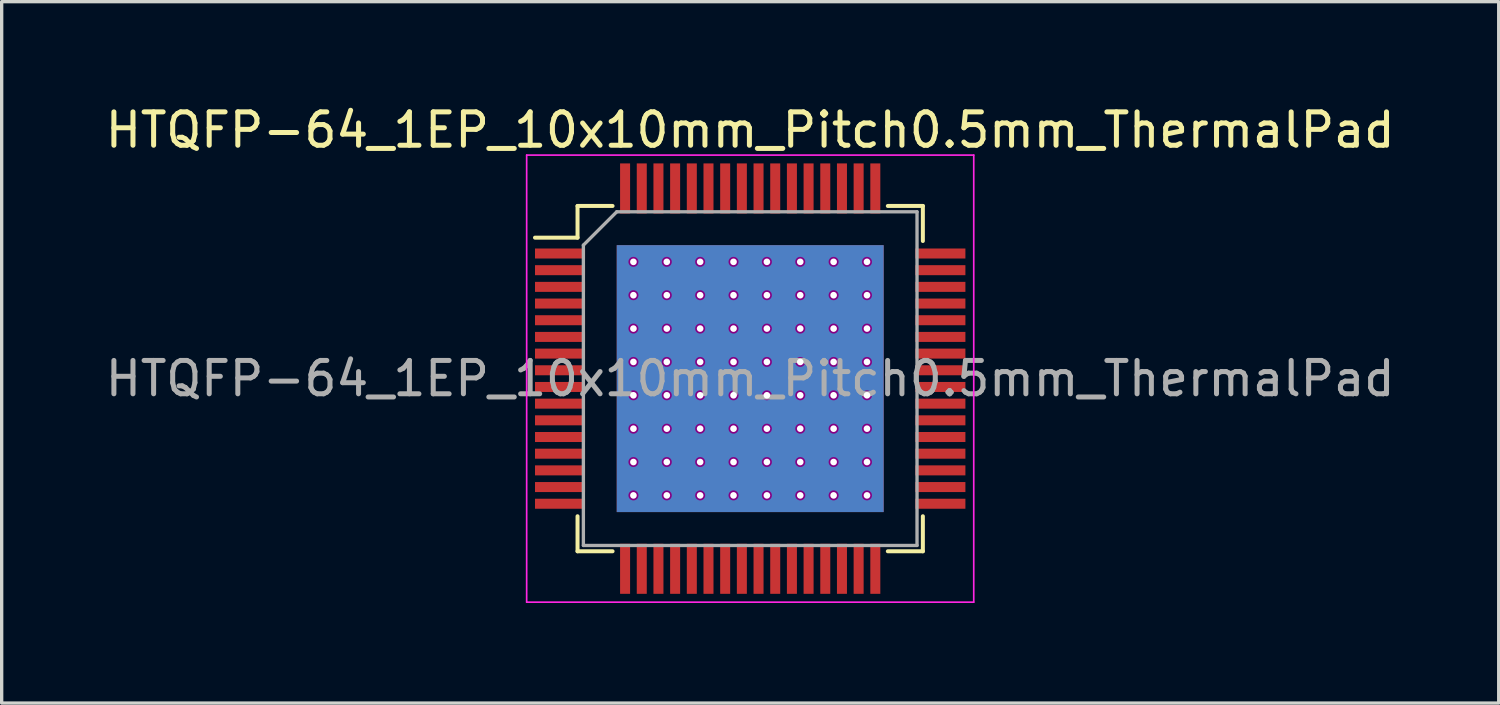
<source format=kicad_pcb>
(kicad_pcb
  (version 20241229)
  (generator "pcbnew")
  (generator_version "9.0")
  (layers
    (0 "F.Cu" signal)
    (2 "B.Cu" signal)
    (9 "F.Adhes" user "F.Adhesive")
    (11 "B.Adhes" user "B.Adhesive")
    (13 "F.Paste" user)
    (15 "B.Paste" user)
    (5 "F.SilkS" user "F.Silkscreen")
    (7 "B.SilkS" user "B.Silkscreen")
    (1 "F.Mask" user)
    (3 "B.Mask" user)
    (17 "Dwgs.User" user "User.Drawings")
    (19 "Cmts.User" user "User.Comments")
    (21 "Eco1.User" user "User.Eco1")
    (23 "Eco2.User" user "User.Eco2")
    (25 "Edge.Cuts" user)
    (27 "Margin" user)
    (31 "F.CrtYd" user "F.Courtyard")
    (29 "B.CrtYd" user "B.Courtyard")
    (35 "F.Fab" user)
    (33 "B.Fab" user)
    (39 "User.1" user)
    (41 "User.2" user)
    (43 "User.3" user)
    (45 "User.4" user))
  (footprint "HTQFP-64_1EP_10x10mm_Pitch0.5mm_ThermalPad"
    (layer "F.Cu")
    (at 19.435 8.298)
    (property "Reference" "HTQFP-64_1EP_10x10mm_Pitch0.5mm_ThermalPad" (at 0 -7.45 0) (layer "F.SilkS") (effects (font (size 1 1) (thickness 0.15))))
    (attr smd)
    (fp_line (start -5.175 -5.175) (end -5.175 -4.225) (stroke (width 0.12) (type solid)) (layer "F.SilkS"))
    (fp_line (start -5.175 -5.175) (end -4.125 -5.175) (stroke (width 0.12) (type solid)) (layer "F.SilkS"))
    (fp_line (start -5.175 -4.225) (end -6.45 -4.225) (stroke (width 0.12) (type solid)) (layer "F.SilkS"))
    (fp_line (start -5.175 5.175) (end -5.175 4.125) (stroke (width 0.12) (type solid)) (layer "F.SilkS"))
    (fp_line (start -5.175 5.175) (end -4.125 5.175) (stroke (width 0.12) (type solid)) (layer "F.SilkS"))
    (fp_line (start 5.175 -5.175) (end 4.125 -5.175) (stroke (width 0.12) (type solid)) (layer "F.SilkS"))
    (fp_line (start 5.175 -5.175) (end 5.175 -4.125) (stroke (width 0.12) (type solid)) (layer "F.SilkS"))
    (fp_line (start 5.175 5.175) (end 4.125 5.175) (stroke (width 0.12) (type solid)) (layer "F.SilkS"))
    (fp_line (start 5.175 5.175) (end 5.175 4.125) (stroke (width 0.12) (type solid)) (layer "F.SilkS"))
    (fp_line (start -6.7 -6.7) (end -6.7 6.7) (stroke (width 0.05) (type solid)) (layer "F.CrtYd"))
    (fp_line (start -6.7 -6.7) (end 6.7 -6.7) (stroke (width 0.05) (type solid)) (layer "F.CrtYd"))
    (fp_line (start -6.7 6.7) (end 6.7 6.7) (stroke (width 0.05) (type solid)) (layer "F.CrtYd"))
    (fp_line (start 6.7 -6.7) (end 6.7 6.7) (stroke (width 0.05) (type solid)) (layer "F.CrtYd"))
    (fp_line (start -5 -4) (end -4 -5) (stroke (width 0.1) (type solid)) (layer "F.Fab"))
    (fp_line (start -5 5) (end -5 -4) (stroke (width 0.1) (type solid)) (layer "F.Fab"))
    (fp_line (start -4 -5) (end 5 -5) (stroke (width 0.1) (type solid)) (layer "F.Fab"))
    (fp_line (start 5 -5) (end 5 5) (stroke (width 0.1) (type solid)) (layer "F.Fab"))
    (fp_line (start 5 5) (end -5 5) (stroke (width 0.1) (type solid)) (layer "F.Fab"))
    (fp_text user "${REFERENCE}" (at 0 0 0) (layer "F.Fab") (effects (font (size 1 1) (thickness 0.15))))
    (pad "1" smd rect (at -5.7 -3.75) (size 1.5 0.3) (layers "F.Cu" "F.Mask" "F.Paste"))
    (pad "2" smd rect (at -5.7 -3.25) (size 1.5 0.3) (layers "F.Cu" "F.Mask" "F.Paste"))
    (pad "3" smd rect (at -5.7 -2.75) (size 1.5 0.3) (layers "F.Cu" "F.Mask" "F.Paste"))
    (pad "4" smd rect (at -5.7 -2.25) (size 1.5 0.3) (layers "F.Cu" "F.Mask" "F.Paste"))
    (pad "5" smd rect (at -5.7 -1.75) (size 1.5 0.3) (layers "F.Cu" "F.Mask" "F.Paste"))
    (pad "6" smd rect (at -5.7 -1.25) (size 1.5 0.3) (layers "F.Cu" "F.Mask" "F.Paste"))
    (pad "7" smd rect (at -5.7 -0.75) (size 1.5 0.3) (layers "F.Cu" "F.Mask" "F.Paste"))
    (pad "8" smd rect (at -5.7 -0.25) (size 1.5 0.3) (layers "F.Cu" "F.Mask" "F.Paste"))
    (pad "9" smd rect (at -5.7 0.25) (size 1.5 0.3) (layers "F.Cu" "F.Mask" "F.Paste"))
    (pad "10" smd rect (at -5.7 0.75) (size 1.5 0.3) (layers "F.Cu" "F.Mask" "F.Paste"))
    (pad "11" smd rect (at -5.7 1.25) (size 1.5 0.3) (layers "F.Cu" "F.Mask" "F.Paste"))
    (pad "12" smd rect (at -5.7 1.75) (size 1.5 0.3) (layers "F.Cu" "F.Mask" "F.Paste"))
    (pad "13" smd rect (at -5.7 2.25) (size 1.5 0.3) (layers "F.Cu" "F.Mask" "F.Paste"))
    (pad "14" smd rect (at -5.7 2.75) (size 1.5 0.3) (layers "F.Cu" "F.Mask" "F.Paste"))
    (pad "15" smd rect (at -5.7 3.25) (size 1.5 0.3) (layers "F.Cu" "F.Mask" "F.Paste"))
    (pad "16" smd rect (at -5.7 3.75) (size 1.5 0.3) (layers "F.Cu" "F.Mask" "F.Paste"))
    (pad "17" smd rect (at -3.75 5.7 90) (size 1.5 0.3) (layers "F.Cu" "F.Mask" "F.Paste"))
    (pad "18" smd rect (at -3.25 5.7 90) (size 1.5 0.3) (layers "F.Cu" "F.Mask" "F.Paste"))
    (pad "19" smd rect (at -2.75 5.7 90) (size 1.5 0.3) (layers "F.Cu" "F.Mask" "F.Paste"))
    (pad "20" smd rect (at -2.25 5.7 90) (size 1.5 0.3) (layers "F.Cu" "F.Mask" "F.Paste"))
    (pad "21" smd rect (at -1.75 5.7 90) (size 1.5 0.3) (layers "F.Cu" "F.Mask" "F.Paste"))
    (pad "22" smd rect (at -1.25 5.7 90) (size 1.5 0.3) (layers "F.Cu" "F.Mask" "F.Paste"))
    (pad "23" smd rect (at -0.75 5.7 90) (size 1.5 0.3) (layers "F.Cu" "F.Mask" "F.Paste"))
    (pad "24" smd rect (at -0.25 5.7 90) (size 1.5 0.3) (layers "F.Cu" "F.Mask" "F.Paste"))
    (pad "25" smd rect (at 0.25 5.7 90) (size 1.5 0.3) (layers "F.Cu" "F.Mask" "F.Paste"))
    (pad "26" smd rect (at 0.75 5.7 90) (size 1.5 0.3) (layers "F.Cu" "F.Mask" "F.Paste"))
    (pad "27" smd rect (at 1.25 5.7 90) (size 1.5 0.3) (layers "F.Cu" "F.Mask" "F.Paste"))
    (pad "28" smd rect (at 1.75 5.7 90) (size 1.5 0.3) (layers "F.Cu" "F.Mask" "F.Paste"))
    (pad "29" smd rect (at 2.25 5.7 90) (size 1.5 0.3) (layers "F.Cu" "F.Mask" "F.Paste"))
    (pad "30" smd rect (at 2.75 5.7 90) (size 1.5 0.3) (layers "F.Cu" "F.Mask" "F.Paste"))
    (pad "31" smd rect (at 3.25 5.7 90) (size 1.5 0.3) (layers "F.Cu" "F.Mask" "F.Paste"))
    (pad "32" smd rect (at 3.75 5.7 90) (size 1.5 0.3) (layers "F.Cu" "F.Mask" "F.Paste"))
    (pad "33" smd rect (at 5.7 3.75) (size 1.5 0.3) (layers "F.Cu" "F.Mask" "F.Paste"))
    (pad "34" smd rect (at 5.7 3.25) (size 1.5 0.3) (layers "F.Cu" "F.Mask" "F.Paste"))
    (pad "35" smd rect (at 5.7 2.75) (size 1.5 0.3) (layers "F.Cu" "F.Mask" "F.Paste"))
    (pad "36" smd rect (at 5.7 2.25) (size 1.5 0.3) (layers "F.Cu" "F.Mask" "F.Paste"))
    (pad "37" smd rect (at 5.7 1.75) (size 1.5 0.3) (layers "F.Cu" "F.Mask" "F.Paste"))
    (pad "38" smd rect (at 5.7 1.25) (size 1.5 0.3) (layers "F.Cu" "F.Mask" "F.Paste"))
    (pad "39" smd rect (at 5.7 0.75) (size 1.5 0.3) (layers "F.Cu" "F.Mask" "F.Paste"))
    (pad "40" smd rect (at 5.7 0.25) (size 1.5 0.3) (layers "F.Cu" "F.Mask" "F.Paste"))
    (pad "41" smd rect (at 5.7 -0.25) (size 1.5 0.3) (layers "F.Cu" "F.Mask" "F.Paste"))
    (pad "42" smd rect (at 5.7 -0.75) (size 1.5 0.3) (layers "F.Cu" "F.Mask" "F.Paste"))
    (pad "43" smd rect (at 5.7 -1.25) (size 1.5 0.3) (layers "F.Cu" "F.Mask" "F.Paste"))
    (pad "44" smd rect (at 5.7 -1.75) (size 1.5 0.3) (layers "F.Cu" "F.Mask" "F.Paste"))
    (pad "45" smd rect (at 5.7 -2.25) (size 1.5 0.3) (layers "F.Cu" "F.Mask" "F.Paste"))
    (pad "46" smd rect (at 5.7 -2.75) (size 1.5 0.3) (layers "F.Cu" "F.Mask" "F.Paste"))
    (pad "47" smd rect (at 5.7 -3.25) (size 1.5 0.3) (layers "F.Cu" "F.Mask" "F.Paste"))
    (pad "48" smd rect (at 5.7 -3.75) (size 1.5 0.3) (layers "F.Cu" "F.Mask" "F.Paste"))
    (pad "49" smd rect (at 3.75 -5.7 90) (size 1.5 0.3) (layers "F.Cu" "F.Mask" "F.Paste"))
    (pad "50" smd rect (at 3.25 -5.7 90) (size 1.5 0.3) (layers "F.Cu" "F.Mask" "F.Paste"))
    (pad "51" smd rect (at 2.75 -5.7 90) (size 1.5 0.3) (layers "F.Cu" "F.Mask" "F.Paste"))
    (pad "52" smd rect (at 2.25 -5.7 90) (size 1.5 0.3) (layers "F.Cu" "F.Mask" "F.Paste"))
    (pad "53" smd rect (at 1.75 -5.7 90) (size 1.5 0.3) (layers "F.Cu" "F.Mask" "F.Paste"))
    (pad "54" smd rect (at 1.25 -5.7 90) (size 1.5 0.3) (layers "F.Cu" "F.Mask" "F.Paste"))
    (pad "55" smd rect (at 0.75 -5.7 90) (size 1.5 0.3) (layers "F.Cu" "F.Mask" "F.Paste"))
    (pad "56" smd rect (at 0.25 -5.7 90) (size 1.5 0.3) (layers "F.Cu" "F.Mask" "F.Paste"))
    (pad "57" smd rect (at -0.25 -5.7 90) (size 1.5 0.3) (layers "F.Cu" "F.Mask" "F.Paste"))
    (pad "58" smd rect (at -0.75 -5.7 90) (size 1.5 0.3) (layers "F.Cu" "F.Mask" "F.Paste"))
    (pad "59" smd rect (at -1.25 -5.7 90) (size 1.5 0.3) (layers "F.Cu" "F.Mask" "F.Paste"))
    (pad "60" smd rect (at -1.75 -5.7 90) (size 1.5 0.3) (layers "F.Cu" "F.Mask" "F.Paste"))
    (pad "61" smd rect (at -2.25 -5.7 90) (size 1.5 0.3) (layers "F.Cu" "F.Mask" "F.Paste"))
    (pad "62" smd rect (at -2.75 -5.7 90) (size 1.5 0.3) (layers "F.Cu" "F.Mask" "F.Paste"))
    (pad "63" smd rect (at -3.25 -5.7 90) (size 1.5 0.3) (layers "F.Cu" "F.Mask" "F.Paste"))
    (pad "64" smd rect (at -3.75 -5.7 90) (size 1.5 0.3) (layers "F.Cu" "F.Mask" "F.Paste"))
    (pad "65" thru_hole circle (at -3.5 -3.5 90) (size 0.3 0.3) (drill 0.2) (layers "*.Cu" "F.Adhes"))
    (pad "65" thru_hole circle (at -3.5 -2.5 90) (size 0.3 0.3) (drill 0.2) (layers "*.Cu" "F.Adhes"))
    (pad "65" thru_hole circle (at -3.5 -1.5 90) (size 0.3 0.3) (drill 0.2) (layers "*.Cu" "F.Adhes"))
    (pad "65" thru_hole circle (at -3.5 -0.5 90) (size 0.3 0.3) (drill 0.2) (layers "*.Cu" "F.Adhes"))
    (pad "65" thru_hole circle (at -3.5 0.5 90) (size 0.3 0.3) (drill 0.2) (layers "*.Cu" "F.Adhes"))
    (pad "65" thru_hole circle (at -3.5 1.5 90) (size 0.3 0.3) (drill 0.2) (layers "*.Cu" "F.Adhes"))
    (pad "65" thru_hole circle (at -3.5 2.5 90) (size 0.3 0.3) (drill 0.2) (layers "*.Cu" "F.Adhes"))
    (pad "65" thru_hole circle (at -3.5 3.5 90) (size 0.3 0.3) (drill 0.2) (layers "*.Cu" "F.Adhes"))
    (pad "65" thru_hole circle (at -2.5 -3.5 90) (size 0.3 0.3) (drill 0.2) (layers "*.Cu" "F.Adhes"))
    (pad "65" thru_hole circle (at -2.5 -2.5 90) (size 0.3 0.3) (drill 0.2) (layers "*.Cu" "F.Adhes"))
    (pad "65" thru_hole circle (at -2.5 -1.5 90) (size 0.3 0.3) (drill 0.2) (layers "*.Cu" "F.Adhes"))
    (pad "65" thru_hole circle (at -2.5 -0.5 90) (size 0.3 0.3) (drill 0.2) (layers "*.Cu" "F.Adhes"))
    (pad "65" thru_hole circle (at -2.5 0.5 90) (size 0.3 0.3) (drill 0.2) (layers "*.Cu" "F.Adhes"))
    (pad "65" thru_hole circle (at -2.5 1.5 90) (size 0.3 0.3) (drill 0.2) (layers "*.Cu" "F.Adhes"))
    (pad "65" thru_hole circle (at -2.5 2.5 90) (size 0.3 0.3) (drill 0.2) (layers "*.Cu" "F.Adhes"))
    (pad "65" thru_hole circle (at -2.5 3.5 90) (size 0.3 0.3) (drill 0.2) (layers "*.Cu" "F.Adhes"))
    (pad "65" thru_hole circle (at -1.5 -3.5 90) (size 0.3 0.3) (drill 0.2) (layers "*.Cu" "F.Adhes"))
    (pad "65" thru_hole circle (at -1.5 -2.5 90) (size 0.3 0.3) (drill 0.2) (layers "*.Cu" "F.Adhes"))
    (pad "65" thru_hole circle (at -1.5 -1.5 90) (size 0.3 0.3) (drill 0.2) (layers "*.Cu" "F.Adhes"))
    (pad "65" thru_hole circle (at -1.5 -0.5 90) (size 0.3 0.3) (drill 0.2) (layers "*.Cu" "F.Adhes"))
    (pad "65" thru_hole circle (at -1.5 0.5 90) (size 0.3 0.3) (drill 0.2) (layers "*.Cu" "F.Adhes"))
    (pad "65" thru_hole circle (at -1.5 1.5 90) (size 0.3 0.3) (drill 0.2) (layers "*.Cu" "F.Adhes"))
    (pad "65" thru_hole circle (at -1.5 2.5 90) (size 0.3 0.3) (drill 0.2) (layers "*.Cu" "F.Adhes"))
    (pad "65" thru_hole circle (at -1.5 3.5 90) (size 0.3 0.3) (drill 0.2) (layers "*.Cu" "F.Adhes"))
    (pad "65" thru_hole circle (at -0.5 -3.5 90) (size 0.3 0.3) (drill 0.2) (layers "*.Cu" "F.Adhes"))
    (pad "65" thru_hole circle (at -0.5 -2.5 90) (size 0.3 0.3) (drill 0.2) (layers "*.Cu" "F.Adhes"))
    (pad "65" thru_hole circle (at -0.5 -1.5 90) (size 0.3 0.3) (drill 0.2) (layers "*.Cu" "F.Adhes"))
    (pad "65" thru_hole circle (at -0.5 -0.5 90) (size 0.3 0.3) (drill 0.2) (layers "*.Cu" "F.Adhes"))
    (pad "65" thru_hole circle (at -0.5 0.5 90) (size 0.3 0.3) (drill 0.2) (layers "*.Cu" "F.Adhes"))
    (pad "65" thru_hole circle (at -0.5 1.5 90) (size 0.3 0.3) (drill 0.2) (layers "*.Cu" "F.Adhes"))
    (pad "65" thru_hole circle (at -0.5 2.5 90) (size 0.3 0.3) (drill 0.2) (layers "*.Cu" "F.Adhes"))
    (pad "65" thru_hole circle (at -0.5 3.5 90) (size 0.3 0.3) (drill 0.2) (layers "*.Cu" "F.Adhes"))
    (pad "65" smd rect (at 0 0 180) (size 8 8) (layers "F.Cu" "F.Mask" "F.Paste"))
    (pad "65" smd rect (at 0 0 180) (size 8 8) (layers "B.Cu"))
    (pad "65" thru_hole circle (at 0.5 -3.5 90) (size 0.3 0.3) (drill 0.2) (layers "*.Cu" "F.Adhes"))
    (pad "65" thru_hole circle (at 0.5 -2.5 90) (size 0.3 0.3) (drill 0.2) (layers "*.Cu" "F.Adhes"))
    (pad "65" thru_hole circle (at 0.5 -1.5 90) (size 0.3 0.3) (drill 0.2) (layers "*.Cu" "F.Adhes"))
    (pad "65" thru_hole circle (at 0.5 -0.5 90) (size 0.3 0.3) (drill 0.2) (layers "*.Cu" "F.Adhes"))
    (pad "65" thru_hole circle (at 0.5 0.5 90) (size 0.3 0.3) (drill 0.2) (layers "*.Cu" "F.Adhes"))
    (pad "65" thru_hole circle (at 0.5 1.5 90) (size 0.3 0.3) (drill 0.2) (layers "*.Cu" "F.Adhes"))
    (pad "65" thru_hole circle (at 0.5 2.5 90) (size 0.3 0.3) (drill 0.2) (layers "*.Cu" "F.Adhes"))
    (pad "65" thru_hole circle (at 0.5 3.5 90) (size 0.3 0.3) (drill 0.2) (layers "*.Cu" "F.Adhes"))
    (pad "65" thru_hole circle (at 1.5 -3.5 90) (size 0.3 0.3) (drill 0.2) (layers "*.Cu" "F.Adhes"))
    (pad "65" thru_hole circle (at 1.5 -2.5 90) (size 0.3 0.3) (drill 0.2) (layers "*.Cu" "F.Adhes"))
    (pad "65" thru_hole circle (at 1.5 -1.5 90) (size 0.3 0.3) (drill 0.2) (layers "*.Cu" "F.Adhes"))
    (pad "65" thru_hole circle (at 1.5 -0.5 90) (size 0.3 0.3) (drill 0.2) (layers "*.Cu" "F.Adhes"))
    (pad "65" thru_hole circle (at 1.5 0.5 90) (size 0.3 0.3) (drill 0.2) (layers "*.Cu" "F.Adhes"))
    (pad "65" thru_hole circle (at 1.5 1.5 90) (size 0.3 0.3) (drill 0.2) (layers "*.Cu" "F.Adhes"))
    (pad "65" thru_hole circle (at 1.5 2.5 90) (size 0.3 0.3) (drill 0.2) (layers "*.Cu" "F.Adhes"))
    (pad "65" thru_hole circle (at 1.5 3.5 90) (size 0.3 0.3) (drill 0.2) (layers "*.Cu" "F.Adhes"))
    (pad "65" thru_hole circle (at 2.5 -3.5 90) (size 0.3 0.3) (drill 0.2) (layers "*.Cu" "F.Adhes"))
    (pad "65" thru_hole circle (at 2.5 -2.5 90) (size 0.3 0.3) (drill 0.2) (layers "*.Cu" "F.Adhes"))
    (pad "65" thru_hole circle (at 2.5 -1.5 90) (size 0.3 0.3) (drill 0.2) (layers "*.Cu" "F.Adhes"))
    (pad "65" thru_hole circle (at 2.5 -0.5 90) (size 0.3 0.3) (drill 0.2) (layers "*.Cu" "F.Adhes"))
    (pad "65" thru_hole circle (at 2.5 0.5 90) (size 0.3 0.3) (drill 0.2) (layers "*.Cu" "F.Adhes"))
    (pad "65" thru_hole circle (at 2.5 1.5 90) (size 0.3 0.3) (drill 0.2) (layers "*.Cu" "F.Adhes"))
    (pad "65" thru_hole circle (at 2.5 2.5 90) (size 0.3 0.3) (drill 0.2) (layers "*.Cu" "F.Adhes"))
    (pad "65" thru_hole circle (at 2.5 3.5 90) (size 0.3 0.3) (drill 0.2) (layers "*.Cu" "F.Adhes"))
    (pad "65" thru_hole circle (at 3.5 -3.5 90) (size 0.3 0.3) (drill 0.2) (layers "*.Cu" "F.Adhes"))
    (pad "65" thru_hole circle (at 3.5 -2.5 90) (size 0.3 0.3) (drill 0.2) (layers "*.Cu" "F.Adhes"))
    (pad "65" thru_hole circle (at 3.5 -1.5 90) (size 0.3 0.3) (drill 0.2) (layers "*.Cu" "F.Adhes"))
    (pad "65" thru_hole circle (at 3.5 -0.5 90) (size 0.3 0.3) (drill 0.2) (layers "*.Cu" "F.Adhes"))
    (pad "65" thru_hole circle (at 3.5 0.5 90) (size 0.3 0.3) (drill 0.2) (layers "*.Cu" "F.Adhes"))
    (pad "65" thru_hole circle (at 3.5 1.5 90) (size 0.3 0.3) (drill 0.2) (layers "*.Cu" "F.Adhes"))
    (pad "65" thru_hole circle (at 3.5 2.5 90) (size 0.3 0.3) (drill 0.2) (layers "*.Cu" "F.Adhes"))
    (pad "65" thru_hole circle (at 3.5 3.5 90) (size 0.3 0.3) (drill 0.2) (layers "*.Cu" "F.Adhes")))
  (gr_rect
    (start -3 -3)
    (end 41.869 18.023)
    (stroke (width 0.1) (type default))
    (fill no)
    (layer "Edge.Cuts")))
</source>
